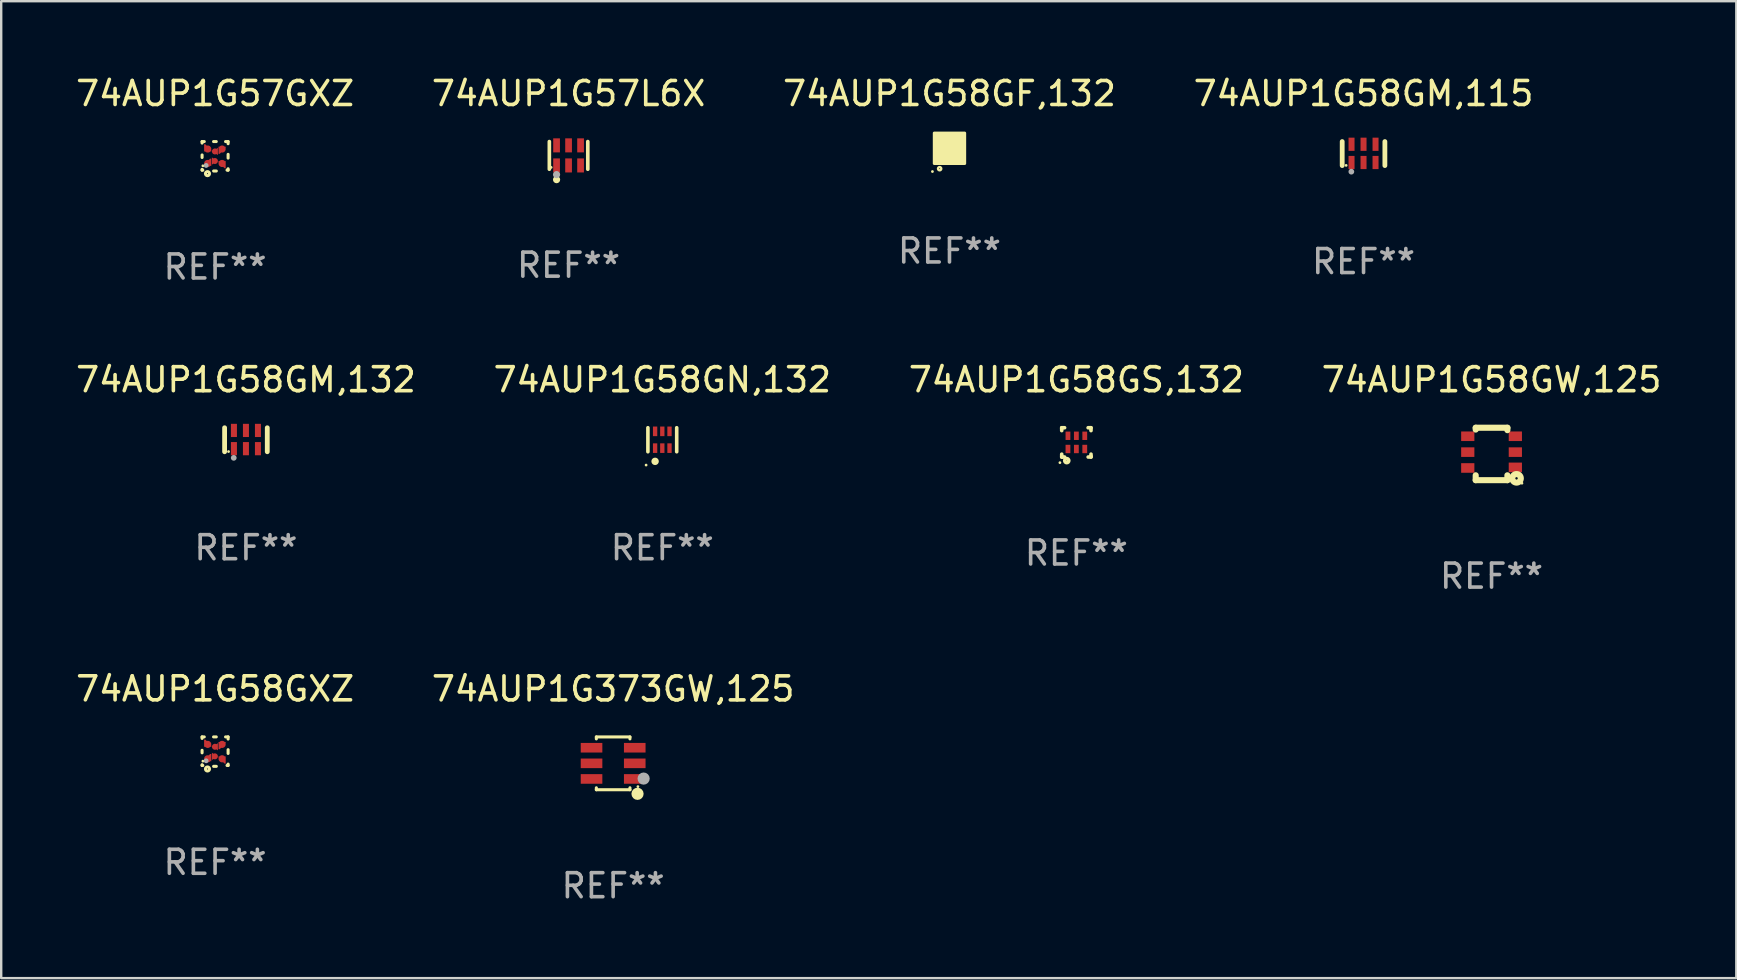
<source format=kicad_pcb>
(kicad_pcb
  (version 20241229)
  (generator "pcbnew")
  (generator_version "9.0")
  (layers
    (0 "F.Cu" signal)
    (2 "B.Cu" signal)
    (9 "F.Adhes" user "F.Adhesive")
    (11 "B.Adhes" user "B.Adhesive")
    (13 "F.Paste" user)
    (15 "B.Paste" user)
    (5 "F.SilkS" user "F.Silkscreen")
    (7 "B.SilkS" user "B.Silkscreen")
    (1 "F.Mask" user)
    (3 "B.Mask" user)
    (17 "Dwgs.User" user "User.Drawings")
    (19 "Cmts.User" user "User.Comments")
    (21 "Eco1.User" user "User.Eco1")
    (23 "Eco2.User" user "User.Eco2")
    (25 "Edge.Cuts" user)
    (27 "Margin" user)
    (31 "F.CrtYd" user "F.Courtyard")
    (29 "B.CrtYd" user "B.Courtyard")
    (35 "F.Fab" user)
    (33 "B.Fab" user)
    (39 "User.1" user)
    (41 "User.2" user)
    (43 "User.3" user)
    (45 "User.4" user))
  (footprint "74AUP1G58GM,115"
    (layer "F.Cu")
    (at 53.756 3.348)
    (property "Reference" "74AUP1G58GM,115" (at 0 -2.5 0) (layer "F.SilkS") (effects (font (size 1 1) (thickness 0.15))))
    (attr through_hole)
    (fp_line (start -0.889 0.5) (end -0.889 -0.5) (stroke (width 0.2) (type solid)) (layer "F.SilkS"))
    (fp_line (start 0.889 0.5) (end 0.889 -0.5) (stroke (width 0.2) (type solid)) (layer "F.SilkS"))
    (fp_circle (center -0.725 0.492) (end -0.695 0.492) (stroke (width 0.06) (type solid)) (fill no) (layer "F.SilkS"))
    (fp_circle (center -0.508 0.754) (end -0.448 0.754) (stroke (width 0.12) (type solid)) (fill no) (layer "F.Fab"))
    (fp_text user "REF**" (at 0 4.5 0) (layer "F.Fab") (effects (font (size 1 1) (thickness 0.15))))
    (pad "1" smd rect (at -0.5 0.372) (size 0.25 0.55) (layers "F.Cu" "F.Mask" "F.Paste"))
    (pad "2" smd rect (at -0.000127 0.372) (size 0.25 0.55) (layers "F.Cu" "F.Mask" "F.Paste"))
    (pad "3" smd rect (at 0.5 0.372) (size 0.25 0.55) (layers "F.Cu" "F.Mask" "F.Paste"))
    (pad "4" smd rect (at 0.5 -0.388 180) (size 0.25 0.55) (layers "F.Cu" "F.Mask" "F.Paste"))
    (pad "5" smd rect (at -0.000127 -0.388 180) (size 0.25 0.55) (layers "F.Cu" "F.Mask" "F.Paste"))
    (pad "6" smd rect (at -0.5 -0.388 180) (size 0.25 0.55) (layers "F.Cu" "F.Mask" "F.Paste")))
  (footprint "74AUP1G57L6X"
    (layer "F.Cu")
    (at 20.637 3.424)
    (property "Reference" "74AUP1G57L6X" (at 0 -2.576 0) (layer "F.SilkS") (effects (font (size 1 1) (thickness 0.15))))
    (attr through_hole)
    (fp_line (start -0.801 0.576) (end -0.801 -0.576) (stroke (width 0.152) (type solid)) (layer "F.SilkS"))
    (fp_line (start 0.801 0.576) (end 0.801 -0.576) (stroke (width 0.152) (type solid)) (layer "F.SilkS"))
    (fp_circle (center -0.725 0.5) (end -0.695 0.5) (stroke (width 0.06) (type solid)) (fill no) (layer "F.SilkS"))
    (fp_circle (center -0.5 1.01) (end -0.425 1.01) (stroke (width 0.15) (type solid)) (fill no) (layer "F.SilkS"))
    (fp_circle (center -0.5 0.8) (end -0.425 0.8) (stroke (width 0.15) (type solid)) (fill no) (layer "F.Fab"))
    (fp_text user "REF**" (at 0 4.576 0) (layer "F.Fab") (effects (font (size 1 1) (thickness 0.15))))
    (pad "1" smd rect (at -0.5 0.418) (size 0.28 0.585) (layers "F.Cu" "F.Mask" "F.Paste"))
    (pad "2" smd rect (at 0 0.418) (size 0.28 0.585) (layers "F.Cu" "F.Mask" "F.Paste"))
    (pad "3" smd rect (at 0.5 0.418) (size 0.28 0.585) (layers "F.Cu" "F.Mask" "F.Paste"))
    (pad "4" smd rect (at 0.5 -0.418) (size 0.28 0.585) (layers "F.Cu" "F.Mask" "F.Paste"))
    (pad "5" smd rect (at 0 -0.418) (size 0.28 0.585) (layers "F.Cu" "F.Mask" "F.Paste"))
    (pad "6" smd rect (at -0.5 -0.418) (size 0.28 0.585) (layers "F.Cu" "F.Mask" "F.Paste")))
  (footprint "74AUP1G58GF,132"
    (layer "F.Cu")
    (at 36.506 3.128)
    (property "Reference" "74AUP1G58GF,132" (at 0 -2.28 0) (layer "F.SilkS") (effects (font (size 1 1) (thickness 0.15))))
    (attr through_hole)
    (fp_circle (center -0.71 0.968) (end -0.68 0.968) (stroke (width 0.06) (type solid)) (fill no) (layer "F.SilkS"))
    (fp_circle (center -0.41 0.85) (end -0.342 0.85) (stroke (width 0.1) (type solid)) (fill no) (layer "F.SilkS"))
    (fp_poly (pts (xy -0.635 -0.635) (xy 0.635 -0.635) (xy 0.635 0.635) (xy -0.635 0.635)) (stroke (width 0.12) (type solid)) (fill yes) (layer "F.SilkS"))
    (fp_text user "REF**" (at 0 4.28 0) (layer "F.Fab") (effects (font (size 1 1) (thickness 0.15))))
    (pad "1" smd rect (at -0.35 0.28 90) (size 0.35 0.2) (layers "F.Cu" "F.Mask" "F.Paste"))
    (pad "2" smd rect (at 0 0.28 90) (size 0.35 0.2) (layers "F.Cu" "F.Mask" "F.Paste"))
    (pad "3" smd rect (at 0.35 0.28 90) (size 0.35 0.2) (layers "F.Cu" "F.Mask" "F.Paste"))
    (pad "4" smd rect (at 0.35 -0.28 90) (size 0.35 0.2) (layers "F.Cu" "F.Mask" "F.Paste"))
    (pad "5" smd rect (at 0 -0.28 90) (size 0.35 0.2) (layers "F.Cu" "F.Mask" "F.Paste"))
    (pad "6" smd rect (at -0.35 -0.28 90) (size 0.35 0.2) (layers "F.Cu" "F.Mask" "F.Paste")))
  (footprint "74AUP1G58GS,132"
    (layer "F.Cu")
    (at 41.792 15.38)
    (property "Reference" "74AUP1G58GS,132" (at 0 -2.61 0) (layer "F.SilkS") (effects (font (size 1 1) (thickness 0.15))))
    (attr through_hole)
    (fp_line (start -0.61 -0.61) (end -0.49 -0.61) (stroke (width 0.15) (type solid)) (layer "F.SilkS"))
    (fp_line (start -0.61 -0.58) (end -0.61 -0.61) (stroke (width 0.15) (type solid)) (layer "F.SilkS"))
    (fp_line (start -0.61 -0.49) (end -0.61 -0.58) (stroke (width 0.15) (type solid)) (layer "F.SilkS"))
    (fp_line (start -0.61 0.61) (end -0.61 0.491) (stroke (width 0.15) (type solid)) (layer "F.SilkS"))
    (fp_line (start -0.58 0.61) (end -0.61 0.61) (stroke (width 0.15) (type solid)) (layer "F.SilkS"))
    (fp_line (start -0.49 0.61) (end -0.58 0.61) (stroke (width 0.15) (type solid)) (layer "F.SilkS"))
    (fp_line (start 0.49 -0.61) (end 0.58 -0.61) (stroke (width 0.15) (type solid)) (layer "F.SilkS"))
    (fp_line (start 0.58 -0.61) (end 0.61 -0.61) (stroke (width 0.15) (type solid)) (layer "F.SilkS"))
    (fp_line (start 0.61 -0.61) (end 0.61 -0.49) (stroke (width 0.15) (type solid)) (layer "F.SilkS"))
    (fp_line (start 0.61 0.49) (end 0.61 0.58) (stroke (width 0.15) (type solid)) (layer "F.SilkS"))
    (fp_line (start 0.61 0.58) (end 0.61 0.61) (stroke (width 0.15) (type solid)) (layer "F.SilkS"))
    (fp_line (start 0.61 0.61) (end 0.491 0.61) (stroke (width 0.15) (type solid)) (layer "F.SilkS"))
    (fp_circle (center -0.685 0.845) (end -0.655 0.845) (stroke (width 0.06) (type solid)) (fill no) (layer "F.SilkS"))
    (fp_circle (center -0.4 0.76) (end -0.39 0.76) (stroke (width 0.15) (type solid)) (fill no) (layer "F.SilkS"))
    (fp_text user "REF**" (at 0 4.61 0) (layer "F.Fab") (effects (font (size 1 1) (thickness 0.15))))
    (pad "1" smd rect (at -0.35 0.275) (size 0.2 0.35) (layers "F.Cu" "F.Mask" "F.Paste"))
    (pad "2" smd rect (at -0.000038 0.275) (size 0.2 0.35) (layers "F.Cu" "F.Mask" "F.Paste"))
    (pad "3" smd rect (at 0.35 0.275) (size 0.2 0.35) (layers "F.Cu" "F.Mask" "F.Paste"))
    (pad "4" smd rect (at 0.35 -0.275) (size 0.2 0.35) (layers "F.Cu" "F.Mask" "F.Paste"))
    (pad "5" smd rect (at -0.000038 -0.275) (size 0.2 0.35) (layers "F.Cu" "F.Mask" "F.Paste"))
    (pad "6" smd rect (at -0.35 -0.275) (size 0.2 0.35) (layers "F.Cu" "F.Mask" "F.Paste")))
  (footprint "74AUP1G57GXZ"
    (layer "F.Cu")
    (at 5.911 3.461)
    (property "Reference" "74AUP1G57GXZ" (at 0 -2.613 0) (layer "F.SilkS") (effects (font (size 1 1) (thickness 0.15))))
    (attr through_hole)
    (fp_line (start -0.542 -0.613) (end -0.451 -0.613) (stroke (width 0.127) (type solid)) (layer "F.SilkS"))
    (fp_line (start -0.542 -0.55) (end -0.542 -0.613) (stroke (width 0.127) (type solid)) (layer "F.SilkS"))
    (fp_line (start -0.542 0.05) (end -0.542 -0.055) (stroke (width 0.127) (type solid)) (layer "F.SilkS"))
    (fp_line (start -0.542 0.577) (end -0.542 0.545) (stroke (width 0.127) (type solid)) (layer "F.SilkS"))
    (fp_line (start -0.512 0.577) (end -0.542 0.577) (stroke (width 0.127) (type solid)) (layer "F.SilkS"))
    (fp_line (start -0.064 -0.613) (end 0.049 -0.613) (stroke (width 0.127) (type solid)) (layer "F.SilkS"))
    (fp_line (start -0.062 0.613) (end 0.051 0.613) (stroke (width 0.127) (type solid)) (layer "F.SilkS"))
    (fp_line (start 0.436 -0.613) (end 0.542 -0.613) (stroke (width 0.127) (type solid)) (layer "F.SilkS"))
    (fp_line (start 0.542 -0.613) (end 0.542 -0.524) (stroke (width 0.127) (type solid)) (layer "F.SilkS"))
    (fp_line (start 0.542 -0.081) (end 0.542 0.076) (stroke (width 0.127) (type solid)) (layer "F.SilkS"))
    (fp_line (start 0.542 0.519) (end 0.542 0.577) (stroke (width 0.127) (type solid)) (layer "F.SilkS"))
    (fp_line (start 0.542 0.577) (end 0.497 0.577) (stroke (width 0.127) (type solid)) (layer "F.SilkS"))
    (fp_circle (center -0.508 0.397) (end -0.478 0.397) (stroke (width 0.06) (type solid)) (fill no) (layer "F.SilkS"))
    (fp_circle (center -0.317 0.723) (end -0.296 0.723) (stroke (width 0.127) (type solid)) (fill no) (layer "F.SilkS"))
    (fp_circle (center -0.373 0.382) (end -0.322 0.382) (stroke (width 0.1) (type solid)) (fill no) (layer "F.Fab"))
    (fp_text user "REF**" (at 0 4.613 0) (layer "F.Fab") (effects (font (size 1 1) (thickness 0.15))))
    (pad "1" smd custom (at -0.308 0.298 90) (size 0.3 0.3) (layers "F.Cu" "F.Mask" "F.Paste") (options (anchor circle)) (primitives (gr_poly (pts (xy -0.1 0.15) (xy 0.2 0.15) (xy 0.2 0.1) (xy -0.05 -0.15) (xy -0.1 -0.15)) (width 0) (fill yes))))
    (pad "2" smd custom (at -0.008 0.197 90) (size 0.25 0.3) (layers "F.Cu" "F.Mask" "F.Paste") (options (anchor circle)) (primitives (gr_poly (pts (xy -0.15 -0.125) (xy 0.15 -0.125) (xy 0.000076 0.125)) (width 0) (fill yes))))
    (pad "3" smd custom (at 0.292 0.298 90) (size 0.3 0.3) (layers "F.Cu" "F.Mask" "F.Paste") (options (anchor circle)) (primitives (gr_poly (pts (xy 0.1 0.15) (xy 0.1 -0.15) (xy 0.05 -0.15) (xy -0.2 0.1) (xy -0.2 0.15)) (width 0) (fill yes))))
    (pad "4" smd custom (at 0.292 -0.302 90) (size 0.3 0.3) (layers "F.Cu" "F.Mask" "F.Paste") (options (anchor circle)) (primitives (gr_poly (pts (xy 0.1 -0.15) (xy -0.2 -0.15) (xy -0.2 -0.1) (xy 0.05 0.15) (xy 0.1 0.15)) (width 0) (fill yes))))
    (pad "5" smd custom (at -0.008 -0.202 90) (size 0.25 0.3) (layers "F.Cu" "F.Mask" "F.Paste") (options (anchor circle)) (primitives (gr_poly (pts (xy -0.15 0.125) (xy 0.15 0.125) (xy 0.000051 -0.125)) (width 0) (fill yes))))
    (pad "6" smd custom (at -0.308 -0.302 90) (size 0.3 0.3) (layers "F.Cu" "F.Mask" "F.Paste") (options (anchor circle)) (primitives (gr_poly (pts (xy -0.1 -0.15) (xy 0.2 -0.15) (xy 0.2 -0.1) (xy -0.05 0.15) (xy -0.1 0.15)) (width 0) (fill yes)))))
  (footprint "74AUP1G58GXZ"
    (layer "F.Cu")
    (at 5.911 28.263)
    (property "Reference" "74AUP1G58GXZ" (at 0 -2.613 0) (layer "F.SilkS") (effects (font (size 1 1) (thickness 0.15))))
    (attr through_hole)
    (fp_line (start -0.542 -0.613) (end -0.451 -0.613) (stroke (width 0.127) (type solid)) (layer "F.SilkS"))
    (fp_line (start -0.542 -0.55) (end -0.542 -0.613) (stroke (width 0.127) (type solid)) (layer "F.SilkS"))
    (fp_line (start -0.542 0.05) (end -0.542 -0.055) (stroke (width 0.127) (type solid)) (layer "F.SilkS"))
    (fp_line (start -0.542 0.577) (end -0.542 0.545) (stroke (width 0.127) (type solid)) (layer "F.SilkS"))
    (fp_line (start -0.512 0.577) (end -0.542 0.577) (stroke (width 0.127) (type solid)) (layer "F.SilkS"))
    (fp_line (start -0.064 -0.613) (end 0.049 -0.613) (stroke (width 0.127) (type solid)) (layer "F.SilkS"))
    (fp_line (start -0.062 0.613) (end 0.051 0.613) (stroke (width 0.127) (type solid)) (layer "F.SilkS"))
    (fp_line (start 0.436 -0.613) (end 0.542 -0.613) (stroke (width 0.127) (type solid)) (layer "F.SilkS"))
    (fp_line (start 0.542 -0.613) (end 0.542 -0.524) (stroke (width 0.127) (type solid)) (layer "F.SilkS"))
    (fp_line (start 0.542 -0.081) (end 0.542 0.076) (stroke (width 0.127) (type solid)) (layer "F.SilkS"))
    (fp_line (start 0.542 0.519) (end 0.542 0.577) (stroke (width 0.127) (type solid)) (layer "F.SilkS"))
    (fp_line (start 0.542 0.577) (end 0.497 0.577) (stroke (width 0.127) (type solid)) (layer "F.SilkS"))
    (fp_circle (center -0.508 0.397) (end -0.478 0.397) (stroke (width 0.06) (type solid)) (fill no) (layer "F.SilkS"))
    (fp_circle (center -0.317 0.723) (end -0.296 0.723) (stroke (width 0.127) (type solid)) (fill no) (layer "F.SilkS"))
    (fp_circle (center -0.373 0.382) (end -0.322 0.382) (stroke (width 0.1) (type solid)) (fill no) (layer "F.Fab"))
    (fp_text user "REF**" (at 0 4.613 0) (layer "F.Fab") (effects (font (size 1 1) (thickness 0.15))))
    (pad "1" smd custom (at -0.308 0.298 90) (size 0.3 0.3) (layers "F.Cu" "F.Mask" "F.Paste") (options (anchor circle)) (primitives (gr_poly (pts (xy -0.1 0.15) (xy 0.2 0.15) (xy 0.2 0.1) (xy -0.05 -0.15) (xy -0.1 -0.15)) (width 0) (fill yes))))
    (pad "2" smd custom (at -0.008 0.197 90) (size 0.25 0.3) (layers "F.Cu" "F.Mask" "F.Paste") (options (anchor circle)) (primitives (gr_poly (pts (xy -0.15 -0.125) (xy 0.15 -0.125) (xy 0.000076 0.125)) (width 0) (fill yes))))
    (pad "3" smd custom (at 0.292 0.298 90) (size 0.3 0.3) (layers "F.Cu" "F.Mask" "F.Paste") (options (anchor circle)) (primitives (gr_poly (pts (xy 0.1 0.15) (xy 0.1 -0.15) (xy 0.05 -0.15) (xy -0.2 0.1) (xy -0.2 0.15)) (width 0) (fill yes))))
    (pad "4" smd custom (at 0.292 -0.302 90) (size 0.3 0.3) (layers "F.Cu" "F.Mask" "F.Paste") (options (anchor circle)) (primitives (gr_poly (pts (xy 0.1 -0.15) (xy -0.2 -0.15) (xy -0.2 -0.1) (xy 0.05 0.15) (xy 0.1 0.15)) (width 0) (fill yes))))
    (pad "5" smd custom (at -0.008 -0.202 90) (size 0.25 0.3) (layers "F.Cu" "F.Mask" "F.Paste") (options (anchor circle)) (primitives (gr_poly (pts (xy -0.15 0.125) (xy 0.15 0.125) (xy 0.000051 -0.125)) (width 0) (fill yes))))
    (pad "6" smd custom (at -0.308 -0.302 90) (size 0.3 0.3) (layers "F.Cu" "F.Mask" "F.Paste") (options (anchor circle)) (primitives (gr_poly (pts (xy -0.1 -0.15) (xy 0.2 -0.15) (xy 0.2 -0.1) (xy -0.05 0.15) (xy -0.1 0.15)) (width 0) (fill yes)))))
  (footprint "74AUP1G373GW,125"
    (layer "F.Cu")
    (at 22.494 28.751)
    (property "Reference" "74AUP1G373GW,125" (at 0 -3.1 0) (layer "F.SilkS") (effects (font (size 1 1) (thickness 0.15))))
    (attr through_hole)
    (fp_line (start -0.7 -1.018) (end -0.7 -1.1) (stroke (width 0.127) (type solid)) (layer "F.SilkS"))
    (fp_line (start -0.7 1.1) (end -0.7 1.018) (stroke (width 0.127) (type solid)) (layer "F.SilkS"))
    (fp_line (start 0.7 -1.1) (end -0.7 -1.1) (stroke (width 0.127) (type solid)) (layer "F.SilkS"))
    (fp_line (start 0.7 -1.018) (end 0.7 -1.1) (stroke (width 0.127) (type solid)) (layer "F.SilkS"))
    (fp_line (start 0.7 1.1) (end -0.7 1.1) (stroke (width 0.127) (type solid)) (layer "F.SilkS"))
    (fp_line (start 0.7 1.1) (end 0.7 1.018) (stroke (width 0.127) (type solid)) (layer "F.SilkS"))
    (fp_circle (center 1.016 1.27) (end 1.143 1.27) (stroke (width 0.254) (type solid)) (fill no) (layer "F.SilkS"))
    (fp_circle (center 1.032 0.97) (end 1.062 0.97) (stroke (width 0.06) (type solid)) (fill no) (layer "F.SilkS"))
    (fp_circle (center 1.27 0.635) (end 1.397 0.635) (stroke (width 0.254) (type solid)) (fill no) (layer "F.Fab"))
    (fp_text user "REF**" (at 0 5.1 0) (layer "F.Fab") (effects (font (size 1 1) (thickness 0.15))))
    (pad "1" smd rect (at 0.9 0.65 90) (size 0.4 0.9) (layers "F.Cu" "F.Mask" "F.Paste"))
    (pad "2" smd rect (at 0.9 -0.000102 90) (size 0.4 0.9) (layers "F.Cu" "F.Mask" "F.Paste"))
    (pad "3" smd rect (at 0.9 -0.65 90) (size 0.4 0.9) (layers "F.Cu" "F.Mask" "F.Paste"))
    (pad "4" smd rect (at -0.9 -0.65 90) (size 0.4 0.9) (layers "F.Cu" "F.Mask" "F.Paste"))
    (pad "5" smd rect (at -0.9 -0.000102 90) (size 0.4 0.9) (layers "F.Cu" "F.Mask" "F.Paste"))
    (pad "6" smd rect (at -0.9 0.65 90) (size 0.4 0.9) (layers "F.Cu" "F.Mask" "F.Paste")))
  (footprint "74AUP1G58GW,125"
    (layer "F.Cu")
    (at 59.089 15.862)
    (property "Reference" "74AUP1G58GW,125" (at 0 -3.092 0) (layer "F.SilkS") (effects (font (size 1 1) (thickness 0.15))))
    (attr through_hole)
    (fp_line (start -0.66 -1.092) (end -0.66 -1.016) (stroke (width 0.254) (type solid)) (layer "F.SilkS"))
    (fp_line (start -0.66 1.092) (end -0.66 0.889) (stroke (width 0.254) (type solid)) (layer "F.SilkS"))
    (fp_line (start 0.66 -1.092) (end -0.66 -1.092) (stroke (width 0.254) (type solid)) (layer "F.SilkS"))
    (fp_line (start 0.66 -0.991) (end 0.66 -1.092) (stroke (width 0.254) (type solid)) (layer "F.SilkS"))
    (fp_line (start 0.66 0.889) (end 0.66 1.092) (stroke (width 0.254) (type solid)) (layer "F.SilkS"))
    (fp_line (start 0.66 1.092) (end -0.66 1.092) (stroke (width 0.254) (type solid)) (layer "F.SilkS"))
    (fp_circle (center 1.041 1.016) (end 1.092 1.016) (stroke (width 0.254) (type solid)) (fill no) (layer "F.SilkS"))
    (fp_circle (center 1.266 1.219) (end 1.296 1.219) (stroke (width 0.06) (type solid)) (fill no) (layer "F.SilkS"))
    (fp_text user "REF**" (at 0 5.092 0) (layer "F.Fab") (effects (font (size 1 1) (thickness 0.15))))
    (pad "1" smd rect (at 0.991 0.559 270) (size 0.399 0.551) (layers "F.Cu" "F.Mask" "F.Paste"))
    (pad "2" smd rect (at 0.991 -0.076 270) (size 0.399 0.551) (layers "F.Cu" "F.Mask" "F.Paste"))
    (pad "3" smd rect (at 0.991 -0.737 270) (size 0.399 0.551) (layers "F.Cu" "F.Mask" "F.Paste"))
    (pad "4" smd rect (at -0.991 -0.737 270) (size 0.399 0.551) (layers "F.Cu" "F.Mask" "F.Paste"))
    (pad "5" smd rect (at -0.991 -0.076 270) (size 0.399 0.551) (layers "F.Cu" "F.Mask" "F.Paste"))
    (pad "6" smd rect (at -0.991 0.584 270) (size 0.399 0.551) (layers "F.Cu" "F.Mask" "F.Paste")))
  (footprint "74AUP1G58GN,132"
    (layer "F.Cu")
    (at 24.542 15.27)
    (property "Reference" "74AUP1G58GN,132" (at 0 -2.5 0) (layer "F.SilkS") (effects (font (size 1 1) (thickness 0.15))))
    (attr through_hole)
    (fp_line (start -0.6 -0.5) (end -0.6 0.5) (stroke (width 0.15) (type solid)) (layer "F.SilkS"))
    (fp_line (start 0.6 0.5) (end 0.6 -0.5) (stroke (width 0.15) (type solid)) (layer "F.SilkS"))
    (fp_circle (center -0.675 1.055) (end -0.645 1.055) (stroke (width 0.06) (type solid)) (fill no) (layer "F.SilkS"))
    (fp_circle (center -0.3 0.9) (end -0.22 0.9) (stroke (width 0.15) (type solid)) (fill no) (layer "F.SilkS"))
    (fp_text user "REF**" (at 0 4.5 0) (layer "F.Fab") (effects (font (size 1 1) (thickness 0.15))))
    (pad "1" smd rect (at -0.3 0.35) (size 0.18 0.4) (layers "F.Cu" "F.Mask" "F.Paste"))
    (pad "2" smd rect (at 0.000025 0.35) (size 0.18 0.4) (layers "F.Cu" "F.Mask" "F.Paste"))
    (pad "3" smd rect (at 0.3 0.35) (size 0.18 0.4) (layers "F.Cu" "F.Mask" "F.Paste"))
    (pad "4" smd rect (at 0.3 -0.35) (size 0.18 0.4) (layers "F.Cu" "F.Mask" "F.Paste"))
    (pad "5" smd rect (at 0.000025 -0.35) (size 0.18 0.4) (layers "F.Cu" "F.Mask" "F.Paste"))
    (pad "6" smd rect (at -0.3 -0.35) (size 0.18 0.4) (layers "F.Cu" "F.Mask" "F.Paste")))
  (footprint "74AUP1G58GM,132"
    (layer "F.Cu")
    (at 7.196 15.27)
    (property "Reference" "74AUP1G58GM,132" (at 0 -2.5 0) (layer "F.SilkS") (effects (font (size 1 1) (thickness 0.15))))
    (attr through_hole)
    (fp_line (start -0.889 0.5) (end -0.889 -0.5) (stroke (width 0.2) (type solid)) (layer "F.SilkS"))
    (fp_line (start 0.889 0.5) (end 0.889 -0.5) (stroke (width 0.2) (type solid)) (layer "F.SilkS"))
    (fp_circle (center -0.725 0.492) (end -0.695 0.492) (stroke (width 0.06) (type solid)) (fill no) (layer "F.SilkS"))
    (fp_circle (center -0.508 0.754) (end -0.448 0.754) (stroke (width 0.12) (type solid)) (fill no) (layer "F.Fab"))
    (fp_text user "REF**" (at 0 4.5 0) (layer "F.Fab") (effects (font (size 1 1) (thickness 0.15))))
    (pad "1" smd rect (at -0.5 0.372) (size 0.25 0.55) (layers "F.Cu" "F.Mask" "F.Paste"))
    (pad "2" smd rect (at -0.000127 0.372) (size 0.25 0.55) (layers "F.Cu" "F.Mask" "F.Paste"))
    (pad "3" smd rect (at 0.5 0.372) (size 0.25 0.55) (layers "F.Cu" "F.Mask" "F.Paste"))
    (pad "4" smd rect (at 0.5 -0.388 180) (size 0.25 0.55) (layers "F.Cu" "F.Mask" "F.Paste"))
    (pad "5" smd rect (at -0.000127 -0.388 180) (size 0.25 0.55) (layers "F.Cu" "F.Mask" "F.Paste"))
    (pad "6" smd rect (at -0.5 -0.388 180) (size 0.25 0.55) (layers "F.Cu" "F.Mask" "F.Paste")))
  (gr_rect
    (start -3 -3)
    (end 69.286 37.699)
    (stroke (width 0.1) (type default))
    (fill no)
    (layer "Edge.Cuts")))
</source>
